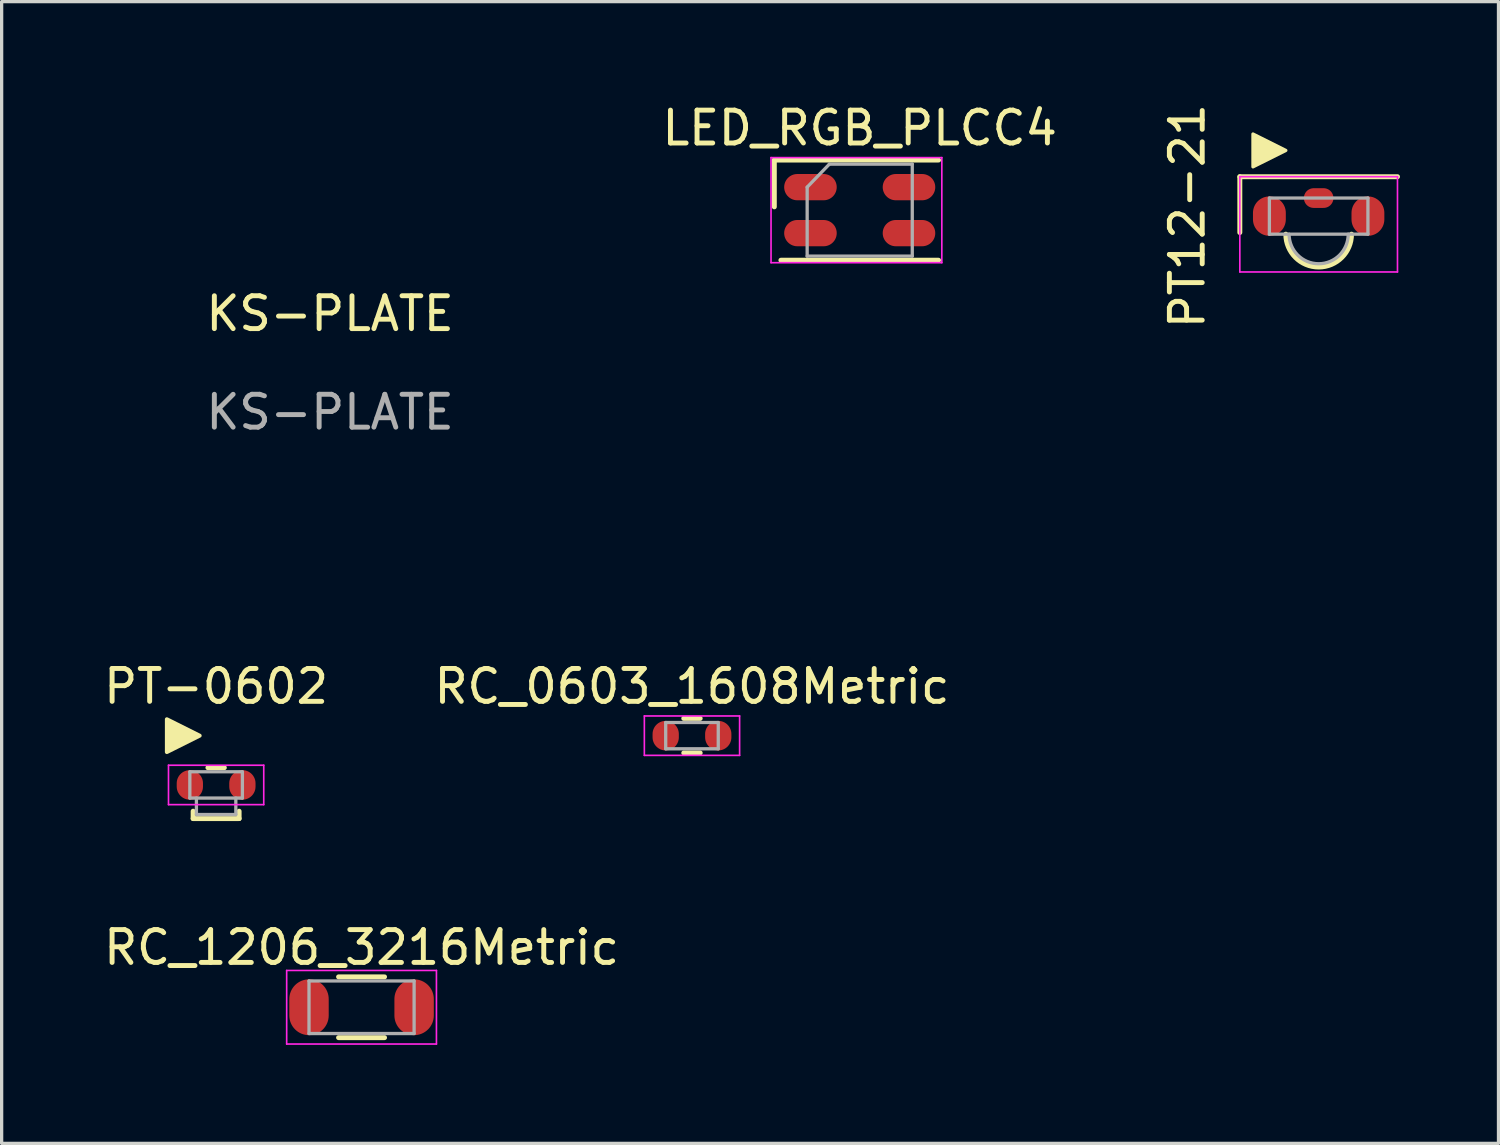
<source format=kicad_pcb>
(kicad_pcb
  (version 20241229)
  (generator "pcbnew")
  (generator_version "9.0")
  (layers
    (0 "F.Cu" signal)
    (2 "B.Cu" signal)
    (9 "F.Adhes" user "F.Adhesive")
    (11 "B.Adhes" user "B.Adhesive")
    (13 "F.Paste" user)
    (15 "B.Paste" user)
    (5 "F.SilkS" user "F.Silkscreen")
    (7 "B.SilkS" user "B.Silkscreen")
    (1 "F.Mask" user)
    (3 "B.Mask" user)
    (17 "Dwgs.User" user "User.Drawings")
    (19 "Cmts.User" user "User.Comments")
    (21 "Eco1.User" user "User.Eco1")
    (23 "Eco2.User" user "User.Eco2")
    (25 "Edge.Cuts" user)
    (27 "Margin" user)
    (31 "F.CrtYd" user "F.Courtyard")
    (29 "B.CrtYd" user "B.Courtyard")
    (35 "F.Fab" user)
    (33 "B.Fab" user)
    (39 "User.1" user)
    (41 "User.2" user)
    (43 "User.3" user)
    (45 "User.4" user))
  (footprint "KS-PLATE"
    (layer "F.Cu")
    (at 7 7)
    (property "Reference" "KS-PLATE" (at 0 -0.5 0) (unlocked yes) (layer "F.SilkS") (effects (font (size 1 1) (thickness 0.15))))
    (attr smd)
    (fp_line (start -7 -6.8) (end -7 6.8) (stroke (width 0.0001) (type solid)) (layer "Edge.Cuts"))
    (fp_line (start -6.8 7) (end 6.8 7) (stroke (width 0.0001) (type solid)) (layer "Edge.Cuts"))
    (fp_line (start 6.8 -7) (end -6.8 -7) (stroke (width 0.0001) (type solid)) (layer "Edge.Cuts"))
    (fp_line (start 7 6.8) (end 7 -6.8) (stroke (width 0.0001) (type solid)) (layer "Edge.Cuts"))
    (fp_arc (start -7 -6.8) (mid -6.941421 -6.941421) (end -6.8 -7) (stroke (width 0.0001) (type solid)) (layer "Edge.Cuts"))
    (fp_arc (start -6.8 7) (mid -6.941421 6.941421) (end -7 6.8) (stroke (width 0.0001) (type solid)) (layer "Edge.Cuts"))
    (fp_arc (start 6.8 -7) (mid 6.941421 -6.941421) (end 7 -6.8) (stroke (width 0.0001) (type solid)) (layer "Edge.Cuts"))
    (fp_arc (start 7 6.8) (mid 6.941421 6.941421) (end 6.8 7) (stroke (width 0.0001) (type solid)) (layer "Edge.Cuts"))
    (fp_text user "${REFERENCE}" (at 0 2.5 0) (unlocked yes) (layer "F.Fab") (effects (font (size 1 1) (thickness 0.15)))))
  (footprint "PT-0602"
    (layer "F.Cu")
    (at 3.53 20.848)
    (property "Reference" "PT-0602" (at 0 -3 180) (layer "F.SilkS") (effects (font (size 1 1) (thickness 0.15))))
    (attr smd)
    (fp_line (start -0.7 1.025) (end -0.7 0.8) (stroke (width 0.15) (type solid)) (layer "F.SilkS"))
    (fp_line (start -0.7 1.025) (end 0.7 1.025) (stroke (width 0.15) (type solid)) (layer "F.SilkS"))
    (fp_line (start -0.25 -0.525) (end 0.25 -0.525) (stroke (width 0.15) (type solid)) (layer "F.SilkS"))
    (fp_line (start 0.7 1.025) (end 0.7 0.8) (stroke (width 0.15) (type solid)) (layer "F.SilkS"))
    (fp_poly (pts (xy -0.5 -1.5) (xy -1.5 -1) (xy -1.5 -2)) (stroke (width 0.12) (type solid)) (fill yes) (layer "F.SilkS"))
    (fp_line (start -1.45 -0.6) (end 1.45 -0.6) (stroke (width 0.05) (type solid)) (layer "F.CrtYd"))
    (fp_line (start -1.45 0.6) (end -1.45 -0.6) (stroke (width 0.05) (type solid)) (layer "F.CrtYd"))
    (fp_line (start 1.45 -0.6) (end 1.45 0.6) (stroke (width 0.05) (type solid)) (layer "F.CrtYd"))
    (fp_line (start 1.45 0.6) (end -1.45 0.6) (stroke (width 0.05) (type solid)) (layer "F.CrtYd"))
    (fp_line (start -0.8 -0.4) (end 0.8 -0.4) (stroke (width 0.1) (type solid)) (layer "F.Fab"))
    (fp_line (start -0.8 0.4) (end -0.8 -0.4) (stroke (width 0.1) (type solid)) (layer "F.Fab"))
    (fp_line (start -0.6 0.9) (end -0.6 0.4) (stroke (width 0.1) (type solid)) (layer "F.Fab"))
    (fp_line (start 0.6 0.4) (end 0.6 0.9) (stroke (width 0.1) (type solid)) (layer "F.Fab"))
    (fp_line (start 0.6 0.9) (end -0.6 0.9) (stroke (width 0.1) (type solid)) (layer "F.Fab"))
    (fp_line (start 0.8 -0.4) (end 0.8 0.4) (stroke (width 0.1) (type solid)) (layer "F.Fab"))
    (fp_line (start 0.8 0.4) (end -0.8 0.4) (stroke (width 0.1) (type solid)) (layer "F.Fab"))
    (pad "1" smd oval (at 0.8 0) (size 0.8 0.9) (layers "F.Cu" "F.Mask" "F.Paste"))
    (pad "2" smd oval (at -0.8 0) (size 0.8 0.9) (layers "F.Cu" "F.Mask" "F.Paste")))
  (footprint "RC_1206_3216Metric"
    (layer "F.Cu")
    (at 7.958 27.617)
    (property "Reference" "RC_1206_3216Metric" (at 0 -1.82 0) (layer "F.SilkS") (effects (font (size 1 1) (thickness 0.15))))
    (attr smd)
    (fp_line (start -0.7 -0.925) (end 0.7 -0.925) (stroke (width 0.15) (type solid)) (layer "F.SilkS"))
    (fp_line (start -0.7 0.925) (end 0.7 0.925) (stroke (width 0.15) (type solid)) (layer "F.SilkS"))
    (fp_line (start -2.28 -1.12) (end 2.28 -1.12) (stroke (width 0.05) (type solid)) (layer "F.CrtYd"))
    (fp_line (start -2.28 1.12) (end -2.28 -1.12) (stroke (width 0.05) (type solid)) (layer "F.CrtYd"))
    (fp_line (start 2.28 -1.12) (end 2.28 1.12) (stroke (width 0.05) (type solid)) (layer "F.CrtYd"))
    (fp_line (start 2.28 1.12) (end -2.28 1.12) (stroke (width 0.05) (type solid)) (layer "F.CrtYd"))
    (fp_line (start -1.6 -0.8) (end 1.6 -0.8) (stroke (width 0.1) (type solid)) (layer "F.Fab"))
    (fp_line (start -1.6 0.8) (end -1.6 -0.8) (stroke (width 0.1) (type solid)) (layer "F.Fab"))
    (fp_line (start 1.6 -0.8) (end 1.6 0.8) (stroke (width 0.1) (type solid)) (layer "F.Fab"))
    (fp_line (start 1.6 0.8) (end -1.6 0.8) (stroke (width 0.1) (type solid)) (layer "F.Fab"))
    (pad "1" smd oval (at -1.6 0) (size 1.2 1.7) (layers "F.Cu" "F.Mask" "F.Paste"))
    (pad "2" smd oval (at 1.6 0) (size 1.2 1.7) (layers "F.Cu" "F.Mask" "F.Paste")))
  (footprint "PT12-21"
    (layer "F.Cu")
    (at 37.098 3.53)
    (property "Reference" "PT12-21" (at -4 0 90) (layer "F.SilkS") (effects (font (size 1 1) (thickness 0.15))))
    (attr smd)
    (fp_line (start -2.4 -1.2) (end -2.4 0.5) (stroke (width 0.15) (type solid)) (layer "F.SilkS"))
    (fp_line (start 2.4 -1.2) (end -2.4 -1.2) (stroke (width 0.15) (type solid)) (layer "F.SilkS"))
    (fp_arc (start 1 0.55) (mid 0 1.55) (end -1 0.55) (stroke (width 0.15) (type solid)) (layer "F.SilkS"))
    (fp_poly (pts (xy -1 -2) (xy -2 -1.5) (xy -2 -2.5)) (stroke (width 0.1) (type solid)) (fill yes) (layer "F.SilkS"))
    (fp_line (start -2.4 -1.2) (end 2.4 -1.2) (stroke (width 0.05) (type solid)) (layer "F.CrtYd"))
    (fp_line (start -2.4 1.7) (end -2.4 -1.2) (stroke (width 0.05) (type solid)) (layer "F.CrtYd"))
    (fp_line (start 2.4 -1.2) (end 2.4 1.7) (stroke (width 0.05) (type solid)) (layer "F.CrtYd"))
    (fp_line (start 2.4 1.7) (end -2.4 1.7) (stroke (width 0.05) (type solid)) (layer "F.CrtYd"))
    (fp_line (start -1.5 -0.55) (end -1.5 0.55) (stroke (width 0.1) (type solid)) (layer "F.Fab"))
    (fp_line (start -1.5 0.55) (end 1.5 0.55) (stroke (width 0.1) (type solid)) (layer "F.Fab"))
    (fp_line (start 1.5 -0.55) (end -1.5 -0.55) (stroke (width 0.1) (type solid)) (layer "F.Fab"))
    (fp_line (start 1.5 0.55) (end 1.5 -0.55) (stroke (width 0.1) (type solid)) (layer "F.Fab"))
    (fp_arc (start 0.9 0.55) (mid 0 1.45) (end -0.9 0.55) (stroke (width 0.1) (type solid)) (layer "F.Fab"))
    (pad "1" smd oval (at 1.5 0) (size 1 1.2) (layers "F.Cu" "F.Mask" "F.Paste"))
    (pad "2" smd oval (at -1.5 0) (size 1 1.2) (layers "F.Cu" "F.Mask" "F.Paste"))
    (pad "3" smd oval (at 0 -0.55) (size 0.9 0.6) (layers "F.Cu" "F.Mask" "F.Paste")))
  (footprint "LED_RGB_PLCC4"
    (layer "F.Cu")
    (at 23.125 3.348)
    (property "Reference" "LED_RGB_PLCC4" (at 0 -2.5 0) (layer "F.SilkS") (effects (font (size 1 1) (thickness 0.15))))
    (attr smd)
    (fp_line (start -2.6 -0.1) (end -2.6 -1.525) (stroke (width 0.15) (type solid)) (layer "F.SilkS"))
    (fp_line (start 2.4 -1.525) (end -2.6 -1.525) (stroke (width 0.15) (type solid)) (layer "F.SilkS"))
    (fp_line (start 2.4 1.525) (end -2.4 1.525) (stroke (width 0.15) (type solid)) (layer "F.SilkS"))
    (fp_line (start -2.7 -1.6) (end -2.7 1.6) (stroke (width 0.05) (type solid)) (layer "F.CrtYd"))
    (fp_line (start -2.7 1.6) (end 2.5 1.6) (stroke (width 0.05) (type solid)) (layer "F.CrtYd"))
    (fp_line (start 2.5 -1.6) (end -2.7 -1.6) (stroke (width 0.05) (type solid)) (layer "F.CrtYd"))
    (fp_line (start 2.5 1.6) (end 2.5 -1.6) (stroke (width 0.05) (type solid)) (layer "F.CrtYd"))
    (fp_line (start -1.6 -0.7) (end -0.925 -1.4) (stroke (width 0.1) (type solid)) (layer "F.Fab"))
    (fp_line (start -1.6 1.4) (end -1.6 -0.7) (stroke (width 0.1) (type solid)) (layer "F.Fab"))
    (fp_line (start -0.925 -1.4) (end 1.6 -1.4) (stroke (width 0.1) (type solid)) (layer "F.Fab"))
    (fp_line (start 1.6 -1.4) (end 1.6 1.4) (stroke (width 0.1) (type solid)) (layer "F.Fab"))
    (fp_line (start 1.6 1.4) (end -1.6 1.4) (stroke (width 0.1) (type solid)) (layer "F.Fab"))
    (pad "1" smd oval (at -1.5 -0.7 180) (size 1.6 0.8) (layers "F.Cu" "F.Mask" "F.Paste"))
    (pad "2" smd oval (at 1.5 -0.7 180) (size 1.6 0.8) (layers "F.Cu" "F.Mask" "F.Paste"))
    (pad "3" smd oval (at 1.5 0.7 180) (size 1.6 0.8) (layers "F.Cu" "F.Mask" "F.Paste"))
    (pad "4" smd oval (at -1.5 0.7 180) (size 1.6 0.8) (layers "F.Cu" "F.Mask" "F.Paste")))
  (footprint "RC_0603_1608Metric"
    (layer "F.Cu")
    (at 18.018 19.348)
    (property "Reference" "RC_0603_1608Metric" (at 0 -1.5 0) (layer "F.SilkS") (effects (font (size 1 1) (thickness 0.15))))
    (attr smd)
    (fp_line (start -0.25 -0.525) (end 0.25 -0.525) (stroke (width 0.15) (type solid)) (layer "F.SilkS"))
    (fp_line (start -0.25 0.525) (end 0.25 0.525) (stroke (width 0.15) (type solid)) (layer "F.SilkS"))
    (fp_line (start -1.45 -0.6) (end 1.45 -0.6) (stroke (width 0.05) (type solid)) (layer "F.CrtYd"))
    (fp_line (start -1.45 0.6) (end -1.45 -0.6) (stroke (width 0.05) (type solid)) (layer "F.CrtYd"))
    (fp_line (start 1.45 -0.6) (end 1.45 0.6) (stroke (width 0.05) (type solid)) (layer "F.CrtYd"))
    (fp_line (start 1.45 0.6) (end -1.45 0.6) (stroke (width 0.05) (type solid)) (layer "F.CrtYd"))
    (fp_line (start -0.8 -0.4) (end 0.8 -0.4) (stroke (width 0.1) (type solid)) (layer "F.Fab"))
    (fp_line (start -0.8 0.4) (end -0.8 -0.4) (stroke (width 0.1) (type solid)) (layer "F.Fab"))
    (fp_line (start 0.8 -0.4) (end 0.8 0.4) (stroke (width 0.1) (type solid)) (layer "F.Fab"))
    (fp_line (start 0.8 0.4) (end -0.8 0.4) (stroke (width 0.1) (type solid)) (layer "F.Fab"))
    (pad "1" smd oval (at -0.8 0) (size 0.8 0.9) (layers "F.Cu" "F.Mask" "F.Paste"))
    (pad "2" smd oval (at 0.8 0) (size 0.8 0.9) (layers "F.Cu" "F.Mask" "F.Paste")))
  (gr_rect
    (start -3 -3)
    (end 42.573 31.762)
    (stroke (width 0.1) (type default))
    (fill no)
    (layer "Edge.Cuts")))
</source>
